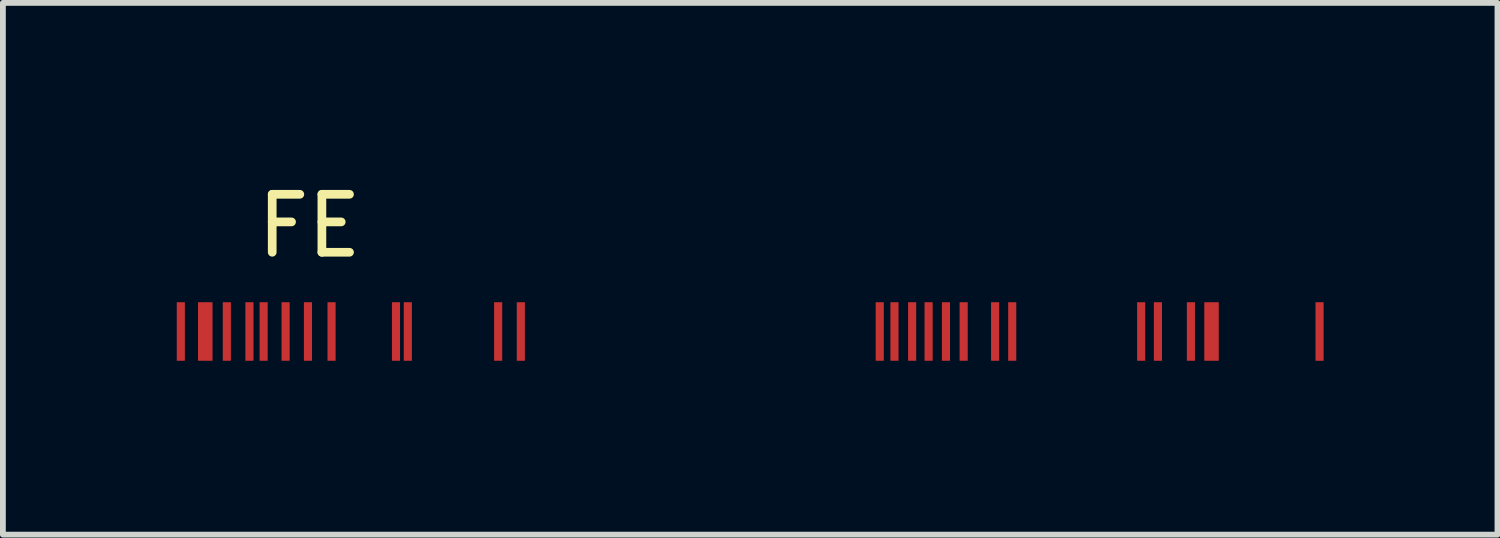
<source format=kicad_pcb>
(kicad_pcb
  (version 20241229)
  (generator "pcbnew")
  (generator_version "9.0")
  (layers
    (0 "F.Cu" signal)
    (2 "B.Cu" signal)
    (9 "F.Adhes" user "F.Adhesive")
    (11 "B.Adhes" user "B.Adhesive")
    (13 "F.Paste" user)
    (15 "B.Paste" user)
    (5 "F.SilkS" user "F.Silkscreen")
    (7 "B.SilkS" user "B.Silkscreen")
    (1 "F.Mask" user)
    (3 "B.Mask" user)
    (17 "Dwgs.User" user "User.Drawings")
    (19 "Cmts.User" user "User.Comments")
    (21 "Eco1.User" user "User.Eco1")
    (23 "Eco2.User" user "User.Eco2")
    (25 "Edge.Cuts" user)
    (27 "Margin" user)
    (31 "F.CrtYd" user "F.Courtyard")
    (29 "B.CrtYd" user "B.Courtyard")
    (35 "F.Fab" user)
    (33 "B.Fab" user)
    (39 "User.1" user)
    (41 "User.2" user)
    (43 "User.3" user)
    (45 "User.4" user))
  (footprint "FE"
    (layer "F.Cu")
    (at 0.395 2.67)
    (property "Reference" "FE" (at 1.895 -1.822 0) (layer "F.SilkS") (effects (font (size 1 1) (thickness 0.15))))
    (attr through_hole)
    (pad "15" smd rect (at 1.483 0) (size 0.14 1.01) (layers "F.Cu" "F.Mask" "F.Paste"))
    (pad "19" smd rect (at 1.869 0) (size 0.14 1.01) (layers "F.Cu" "F.Mask" "F.Paste"))
    (pad "21" smd rect (at 2.276 0) (size 0.14 1.01) (layers "F.Cu" "F.Mask" "F.Paste"))
    (pad "29" smd rect (at 3.388 0) (size 0.14 1.01) (layers "F.Cu" "F.Mask" "F.Paste"))
    (pad "30" smd rect (at 3.592 0) (size 0.14 1.01) (layers "F.Cu" "F.Mask" "F.Paste"))
    (pad "41" smd rect (at 5.151 0) (size 0.14 1.01) (layers "F.Cu" "F.Mask" "F.Paste"))
    (pad "43" smd rect (at 5.542 0) (size 0.14 1.01) (layers "F.Cu" "F.Mask" "F.Paste"))
    (pad "84" smd rect (at 11.735 0) (size 0.14 1.01) (layers "F.Cu" "F.Mask" "F.Paste"))
    (pad "85" smd rect (at 11.989 0) (size 0.14 1.01) (layers "F.Cu" "F.Mask" "F.Paste"))
    (pad "88" smd rect (at 12.294 0) (size 0.14 1.01) (layers "F.Cu" "F.Mask" "F.Paste"))
    (pad "89" smd rect (at 12.578 0) (size 0.14 1.01) (layers "F.Cu" "F.Mask" "F.Paste"))
    (pad "90" smd rect (at 12.878 0) (size 0.14 1.01) (layers "F.Cu" "F.Mask" "F.Paste"))
    (pad "91" smd rect (at 13.183 0) (size 0.14 1.01) (layers "F.Cu" "F.Mask" "F.Paste"))
    (pad "99" smd rect (at 13.726 0) (size 0.14 1.01) (layers "F.Cu" "F.Mask" "F.Paste"))
    (pad "100" smd rect (at 14.021 0) (size 0.14 1.01) (layers "F.Cu" "F.Mask" "F.Paste"))
    (pad "116" smd rect (at 16.246 0) (size 0.14 1.01) (layers "F.Cu" "F.Mask" "F.Paste"))
    (pad "117" smd rect (at 16.535 0) (size 0.14 1.01) (layers "F.Cu" "F.Mask" "F.Paste"))
    (pad "120" smd rect (at 17.104 0) (size 0.14 1.01) (layers "F.Cu" "F.Mask" "F.Paste"))
    (pad "121" smd rect (at 17.46 0) (size 0.25 1.01) (layers "F.Cu" "F.Mask" "F.Paste"))
    (pad "B1" smd rect (at -0.325 0) (size 0.14 1.01) (layers "F.Cu" "F.Mask" "F.Paste"))
    (pad "B3" smd rect (at 0.097 0) (size 0.25 1.01) (layers "F.Cu" "F.Mask" "F.Paste"))
    (pad "B4" smd rect (at 0.469 0) (size 0.14 1.01) (layers "F.Cu" "F.Mask" "F.Paste"))
    (pad "B7" smd rect (at 0.859 0) (size 0.14 1.01) (layers "F.Cu" "F.Mask" "F.Paste"))
    (pad "B8" smd rect (at 1.104 0) (size 0.14 1.01) (layers "F.Cu" "F.Mask" "F.Paste"))
    (pad "B12" smd rect (at 19.324 0) (size 0.14 1.01) (layers "F.Cu" "F.Mask" "F.Paste")))
  (gr_rect
    (start -3 -3)
    (end 22.789 6.175)
    (stroke (width 0.1) (type default))
    (fill no)
    (layer "Edge.Cuts")))
</source>
